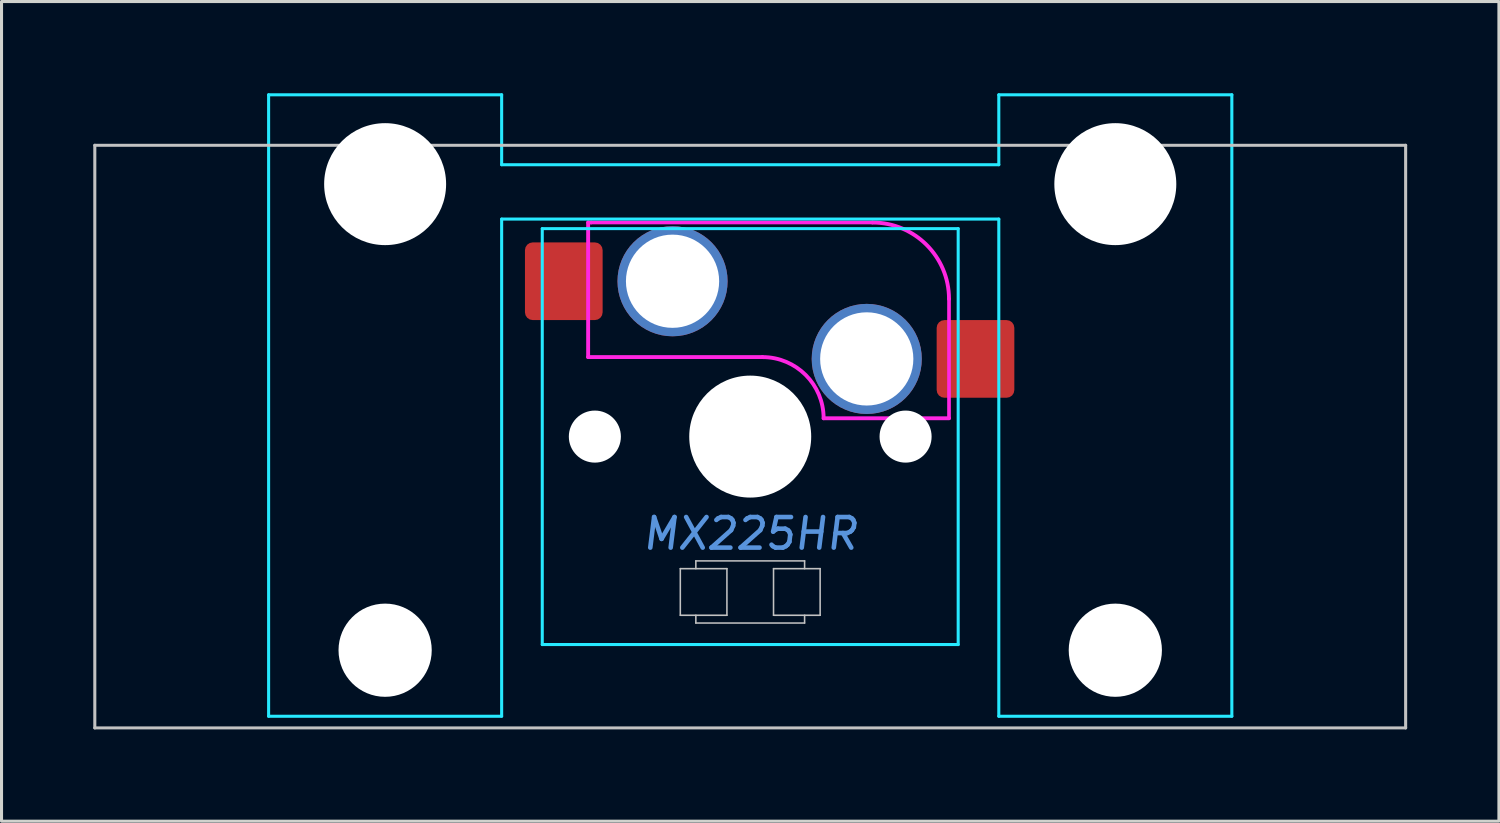
<source format=kicad_pcb>
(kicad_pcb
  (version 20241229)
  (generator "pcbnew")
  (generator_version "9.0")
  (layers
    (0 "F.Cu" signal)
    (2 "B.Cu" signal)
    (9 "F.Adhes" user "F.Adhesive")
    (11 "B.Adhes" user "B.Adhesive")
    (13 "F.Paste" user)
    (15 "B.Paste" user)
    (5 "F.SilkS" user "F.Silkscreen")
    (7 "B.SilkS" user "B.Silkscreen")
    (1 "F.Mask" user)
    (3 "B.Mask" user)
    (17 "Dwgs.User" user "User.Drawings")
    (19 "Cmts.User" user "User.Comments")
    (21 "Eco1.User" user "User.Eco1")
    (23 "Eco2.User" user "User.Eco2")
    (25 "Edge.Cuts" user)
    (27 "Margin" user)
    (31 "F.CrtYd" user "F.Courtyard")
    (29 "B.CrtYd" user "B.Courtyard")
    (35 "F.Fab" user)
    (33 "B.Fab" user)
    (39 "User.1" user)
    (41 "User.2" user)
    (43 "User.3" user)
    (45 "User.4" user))
  (footprint "MX225HR"
    (layer "F.Cu")
    (at 21.481 11.226)
    (property "Reference" "MX225HR" (at 0 3.175 0) (layer "Cmts.User") (effects (font (size 1 1) (thickness 0.15) (italic yes))))
    (attr smd)
    (fp_line (start -21.431 -9.525) (end -21.431 9.525) (stroke (width 0.1) (type solid)) (layer "Dwgs.User"))
    (fp_line (start -21.431 -9.525) (end 21.431 -9.525) (stroke (width 0.1) (type solid)) (layer "Dwgs.User"))
    (fp_line (start -21.431 9.525) (end 21.431 9.525) (stroke (width 0.1) (type solid)) (layer "Dwgs.User"))
    (fp_line (start -2.286 4.318) (end -0.762 4.318) (stroke (width 0.051) (type solid)) (layer "Dwgs.User"))
    (fp_line (start -2.286 5.842) (end -2.286 4.318) (stroke (width 0.051) (type solid)) (layer "Dwgs.User"))
    (fp_line (start -1.778 4.064) (end 1.778 4.064) (stroke (width 0.051) (type solid)) (layer "Dwgs.User"))
    (fp_line (start -1.778 4.318) (end -1.778 4.064) (stroke (width 0.051) (type solid)) (layer "Dwgs.User"))
    (fp_line (start -1.778 6.096) (end -1.778 5.842) (stroke (width 0.051) (type solid)) (layer "Dwgs.User"))
    (fp_line (start -0.762 4.318) (end -0.762 5.842) (stroke (width 0.051) (type solid)) (layer "Dwgs.User"))
    (fp_line (start -0.762 5.842) (end -2.286 5.842) (stroke (width 0.051) (type solid)) (layer "Dwgs.User"))
    (fp_line (start 0.762 4.318) (end 2.286 4.318) (stroke (width 0.051) (type solid)) (layer "Dwgs.User"))
    (fp_line (start 0.762 5.842) (end 0.762 4.318) (stroke (width 0.051) (type solid)) (layer "Dwgs.User"))
    (fp_line (start 1.778 4.064) (end 1.778 4.318) (stroke (width 0.051) (type solid)) (layer "Dwgs.User"))
    (fp_line (start 1.778 5.842) (end 1.778 6.096) (stroke (width 0.051) (type solid)) (layer "Dwgs.User"))
    (fp_line (start 1.778 6.096) (end -1.778 6.096) (stroke (width 0.051) (type solid)) (layer "Dwgs.User"))
    (fp_line (start 2.286 4.318) (end 2.286 5.842) (stroke (width 0.051) (type solid)) (layer "Dwgs.User"))
    (fp_line (start 2.286 5.842) (end 0.762 5.842) (stroke (width 0.051) (type solid)) (layer "Dwgs.User"))
    (fp_line (start 21.431 -9.525) (end 21.431 9.525) (stroke (width 0.1) (type solid)) (layer "Dwgs.User"))
    (fp_line (start -15.438 -8.515) (end -15.438 5.485) (stroke (width 0.1) (type solid)) (layer "Eco1.User"))
    (fp_line (start -14.938 -9.015) (end -8.938 -9.015) (stroke (width 0.1) (type solid)) (layer "Eco1.User"))
    (fp_line (start -8.938 5.985) (end -14.938 5.985) (stroke (width 0.1) (type solid)) (layer "Eco1.User"))
    (fp_line (start -8.438 5.485) (end -8.438 -8.515) (stroke (width 0.1) (type solid)) (layer "Eco1.User"))
    (fp_line (start -7 -6.5) (end -7 6.5) (stroke (width 0.1) (type solid)) (layer "Eco1.User"))
    (fp_line (start -6.5 7) (end 6.5 7) (stroke (width 0.1) (type solid)) (layer "Eco1.User"))
    (fp_line (start 6.5 -7) (end -6.5 -7) (stroke (width 0.1) (type solid)) (layer "Eco1.User"))
    (fp_line (start 7 6.5) (end 7 -6.5) (stroke (width 0.1) (type solid)) (layer "Eco1.User"))
    (fp_line (start 8.438 -8.515) (end 8.438 5.485) (stroke (width 0.1) (type solid)) (layer "Eco1.User"))
    (fp_line (start 8.938 -9.015) (end 14.938 -9.015) (stroke (width 0.1) (type solid)) (layer "Eco1.User"))
    (fp_line (start 14.938 5.985) (end 8.938 5.985) (stroke (width 0.1) (type solid)) (layer "Eco1.User"))
    (fp_line (start 15.438 5.485) (end 15.438 -8.515) (stroke (width 0.1) (type solid)) (layer "Eco1.User"))
    (fp_arc (start -15.438 -8.515) (mid -15.291553 -8.868553) (end -14.938 -9.015) (stroke (width 0.1) (type solid)) (layer "Eco1.User"))
    (fp_arc (start -14.938 5.985) (mid -15.291553 5.838553) (end -15.438 5.485) (stroke (width 0.1) (type solid)) (layer "Eco1.User"))
    (fp_arc (start -8.938 -9.015) (mid -8.584447 -8.868553) (end -8.438 -8.515) (stroke (width 0.1) (type solid)) (layer "Eco1.User"))
    (fp_arc (start -8.438 5.485) (mid -8.584447 5.838553) (end -8.938 5.985) (stroke (width 0.1) (type solid)) (layer "Eco1.User"))
    (fp_arc (start -7 -6.5) (mid -6.853553 -6.853553) (end -6.5 -7) (stroke (width 0.1) (type solid)) (layer "Eco1.User"))
    (fp_arc (start -6.5 7) (mid -6.853553 6.853553) (end -7 6.5) (stroke (width 0.1) (type solid)) (layer "Eco1.User"))
    (fp_arc (start 6.5 -7) (mid 6.853553 -6.853553) (end 7 -6.5) (stroke (width 0.1) (type solid)) (layer "Eco1.User"))
    (fp_arc (start 7 6.5) (mid 6.853553 6.853553) (end 6.5 7) (stroke (width 0.1) (type solid)) (layer "Eco1.User"))
    (fp_arc (start 8.438 -8.515) (mid 8.584447 -8.868553) (end 8.938 -9.015) (stroke (width 0.1) (type solid)) (layer "Eco1.User"))
    (fp_arc (start 8.938 5.985) (mid 8.584447 5.838553) (end 8.438 5.485) (stroke (width 0.1) (type solid)) (layer "Eco1.User"))
    (fp_arc (start 14.938 -9.015) (mid 15.291553 -8.868553) (end 15.438 -8.515) (stroke (width 0.1) (type solid)) (layer "Eco1.User"))
    (fp_arc (start 15.438 5.485) (mid 15.291553 5.838553) (end 14.938 5.985) (stroke (width 0.1) (type solid)) (layer "Eco1.User"))
    (fp_line (start -15.748 -11.176) (end -15.748 9.144) (stroke (width 0.1) (type solid)) (layer "B.CrtYd"))
    (fp_line (start -15.748 -11.176) (end -8.128 -11.176) (stroke (width 0.1) (type solid)) (layer "B.CrtYd"))
    (fp_line (start -8.128 -8.89) (end -8.128 -11.176) (stroke (width 0.1) (type solid)) (layer "B.CrtYd"))
    (fp_line (start -8.128 -7.112) (end -8.128 9.142) (stroke (width 0.1) (type solid)) (layer "B.CrtYd"))
    (fp_line (start -8.128 9.144) (end -15.748 9.144) (stroke (width 0.1) (type solid)) (layer "B.CrtYd"))
    (fp_line (start -6.8 -6.8) (end -6.8 6.8) (stroke (width 0.1) (type solid)) (layer "B.CrtYd"))
    (fp_line (start 6.8 -6.8) (end -6.8 -6.8) (stroke (width 0.1) (type solid)) (layer "B.CrtYd"))
    (fp_line (start 6.8 -6.8) (end 6.8 6.8) (stroke (width 0.1) (type solid)) (layer "B.CrtYd"))
    (fp_line (start 6.8 6.8) (end -6.8 6.8) (stroke (width 0.1) (type solid)) (layer "B.CrtYd"))
    (fp_line (start 8.128 -8.89) (end -8.128 -8.89) (stroke (width 0.1) (type solid)) (layer "B.CrtYd"))
    (fp_line (start 8.128 -8.89) (end 8.128 -11.176) (stroke (width 0.1) (type solid)) (layer "B.CrtYd"))
    (fp_line (start 8.128 -7.112) (end -8.128 -7.112) (stroke (width 0.1) (type solid)) (layer "B.CrtYd"))
    (fp_line (start 8.128 -7.112) (end 8.128 9.144) (stroke (width 0.1) (type solid)) (layer "B.CrtYd"))
    (fp_line (start 8.128 9.144) (end 15.748 9.144) (stroke (width 0.1) (type solid)) (layer "B.CrtYd"))
    (fp_line (start 15.748 -11.176) (end 8.128 -11.176) (stroke (width 0.1) (type solid)) (layer "B.CrtYd"))
    (fp_line (start 15.748 9.144) (end 15.748 -11.176) (stroke (width 0.1) (type solid)) (layer "B.CrtYd"))
    (fp_line (start -5.3 -7) (end -5.3 -2.6) (stroke (width 0.127) (type solid)) (layer "F.CrtYd"))
    (fp_line (start -5.2 -7) (end -5.3 -7) (stroke (width 0.12) (type solid)) (layer "F.CrtYd"))
    (fp_line (start 0.4 -2.6) (end -5.3 -2.6) (stroke (width 0.127) (type solid)) (layer "F.CrtYd"))
    (fp_line (start 4 -7) (end -5.2 -7) (stroke (width 0.12) (type solid)) (layer "F.CrtYd"))
    (fp_line (start 6.5 -4.5) (end 6.5 -0.6) (stroke (width 0.12) (type solid)) (layer "F.CrtYd"))
    (fp_line (start 6.5 -0.6) (end 2.4 -0.6) (stroke (width 0.127) (type solid)) (layer "F.CrtYd"))
    (fp_arc (start 0.4 -2.6) (mid 1.814214 -2.014214) (end 2.4 -0.6) (stroke (width 0.127) (type solid)) (layer "F.CrtYd"))
    (fp_arc (start 4 -7) (mid 5.767767 -6.267767) (end 6.5 -4.5) (stroke (width 0.127) (type solid)) (layer "F.CrtYd"))
    (pad "" np_thru_hole circle (at -11.938 -8.255 180) (size 3.988 3.988) (drill 3.988) (layers "*.Cu" "*.Mask"))
    (pad "" np_thru_hole circle (at -11.938 6.985 180) (size 3.048 3.048) (drill 3.048) (layers "*.Cu" "*.Mask"))
    (pad "" np_thru_hole circle (at -5.08 0) (size 1.702 1.702) (drill 1.702) (layers "*.Cu" "*.Mask"))
    (pad "" thru_hole circle (at -2.54 -5.08) (size 3.6 3.6) (drill 3.048) (layers "*.Cu" "*.Mask"))
    (pad "" np_thru_hole circle (at 0 0) (size 3.988 3.988) (drill 3.988) (layers "*.Cu" "*.Mask"))
    (pad "" thru_hole circle (at 3.81 -2.54) (size 3.6 3.6) (drill 3.048) (layers "*.Cu" "*.Mask"))
    (pad "" np_thru_hole circle (at 5.08 0) (size 1.702 1.702) (drill 1.702) (layers "*.Cu" "*.Mask"))
    (pad "" np_thru_hole circle (at 11.938 -8.255 180) (size 3.988 3.988) (drill 3.988) (layers "*.Cu" "*.Mask"))
    (pad "" np_thru_hole circle (at 11.938 6.985 180) (size 3.048 3.048) (drill 3.048) (layers "*.Cu" "*.Mask"))
    (pad "1" smd roundrect (at -6.096 -5.08) (size 2.54 2.54) (layers "F.Cu" "F.Mask") (roundrect_rratio 0.1))
    (pad "2" smd roundrect (at 7.366 -2.54) (size 2.54 2.54) (layers "F.Cu" "F.Mask") (roundrect_rratio 0.1)))
  (gr_rect
    (start -3 -3)
    (end 45.962 23.801)
    (stroke (width 0.1) (type default))
    (fill no)
    (layer "Edge.Cuts")))
</source>
